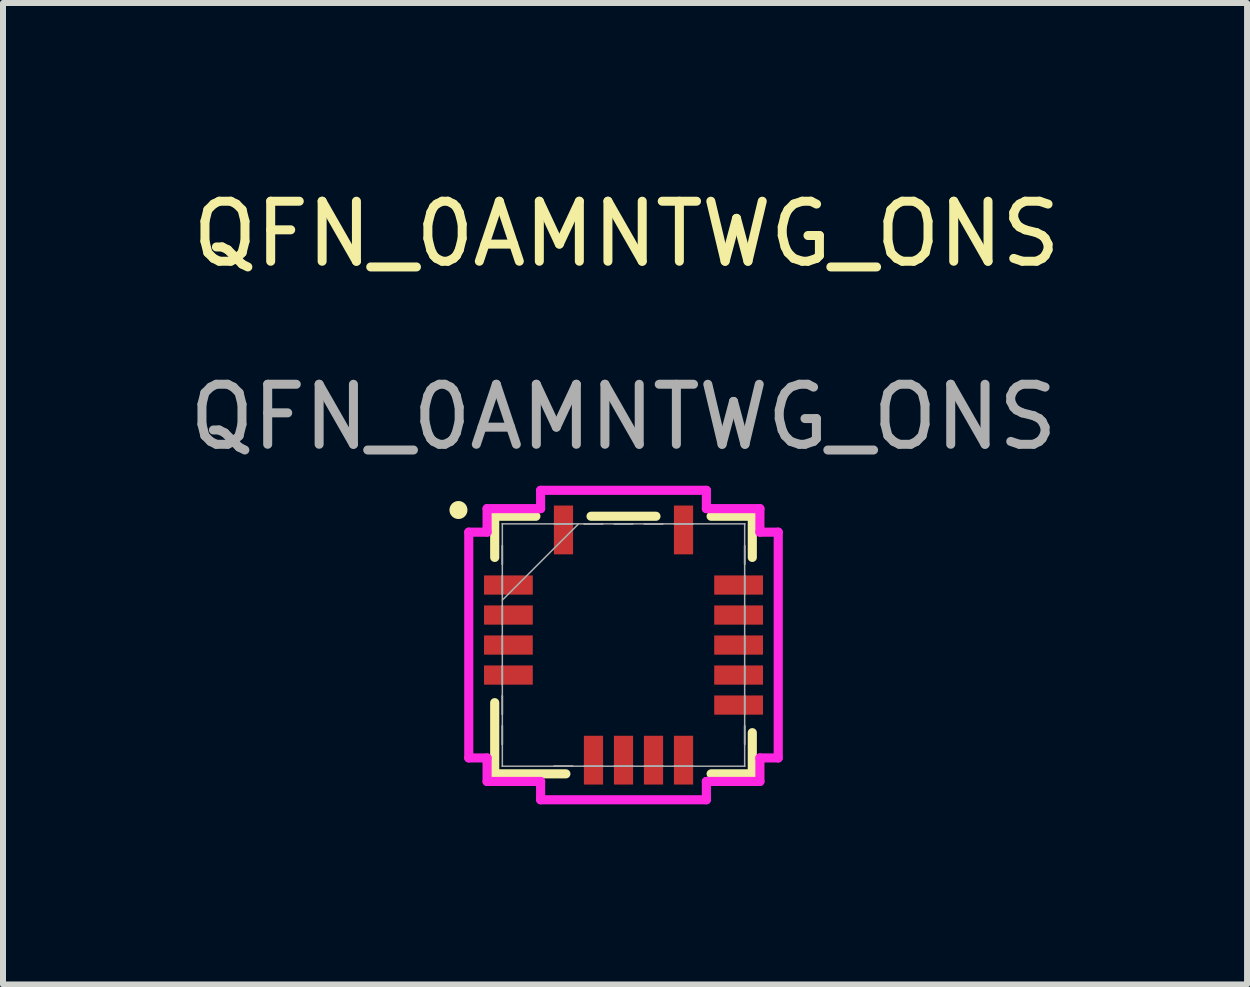
<source format=kicad_pcb>
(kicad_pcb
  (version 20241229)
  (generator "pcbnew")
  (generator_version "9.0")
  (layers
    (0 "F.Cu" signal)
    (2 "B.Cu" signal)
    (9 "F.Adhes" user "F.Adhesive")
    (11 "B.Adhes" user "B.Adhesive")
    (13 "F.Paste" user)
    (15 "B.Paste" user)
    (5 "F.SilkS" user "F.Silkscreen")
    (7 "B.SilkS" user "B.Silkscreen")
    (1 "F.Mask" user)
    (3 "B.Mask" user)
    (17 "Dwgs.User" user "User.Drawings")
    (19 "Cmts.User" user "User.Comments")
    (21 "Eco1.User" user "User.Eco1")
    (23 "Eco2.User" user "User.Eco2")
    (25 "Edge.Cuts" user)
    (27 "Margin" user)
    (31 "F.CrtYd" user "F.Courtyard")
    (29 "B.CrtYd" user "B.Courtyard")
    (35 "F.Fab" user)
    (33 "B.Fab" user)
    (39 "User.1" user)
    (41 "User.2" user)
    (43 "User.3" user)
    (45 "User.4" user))
  (footprint "QFN_0AMNTWG_ONS"
    (layer "F.Cu")
    (at 7.339 7.698)
    (property "Reference" "QFN_0AMNTWG_ONS" (at 0.05 -6.85 0) (unlocked yes) (layer "F.SilkS") (effects (font (size 1 1) (thickness 0.15))))
    (attr smd)
    (fp_line (start -2.146 -2.146) (end -2.146 -1.46) (stroke (width 0.152) (type solid)) (layer "F.SilkS"))
    (fp_line (start -2.146 0.96) (end -2.146 2.146) (stroke (width 0.152) (type solid)) (layer "F.SilkS"))
    (fp_line (start -2.146 2.146) (end -0.96 2.146) (stroke (width 0.152) (type solid)) (layer "F.SilkS"))
    (fp_line (start -1.46 -2.146) (end -2.146 -2.146) (stroke (width 0.152) (type solid)) (layer "F.SilkS"))
    (fp_line (start 0.541 -2.146) (end -0.541 -2.146) (stroke (width 0.152) (type solid)) (layer "F.SilkS"))
    (fp_line (start 1.46 2.146) (end 2.146 2.146) (stroke (width 0.152) (type solid)) (layer "F.SilkS"))
    (fp_line (start 2.146 -2.146) (end 1.46 -2.146) (stroke (width 0.152) (type solid)) (layer "F.SilkS"))
    (fp_line (start 2.146 -1.46) (end 2.146 -2.146) (stroke (width 0.152) (type solid)) (layer "F.SilkS"))
    (fp_line (start 2.146 2.146) (end 2.146 1.46) (stroke (width 0.152) (type solid)) (layer "F.SilkS"))
    (fp_circle (center -2.75 -2.25) (end -2.65 -2.25) (stroke (width 0.1) (type solid)) (fill yes) (layer "F.SilkS"))
    (fp_line (start -2.578 -1.881) (end -2.273 -1.881) (stroke (width 0.152) (type solid)) (layer "F.CrtYd"))
    (fp_line (start -2.578 1.881) (end -2.578 -1.881) (stroke (width 0.152) (type solid)) (layer "F.CrtYd"))
    (fp_line (start -2.273 -2.273) (end -1.381 -2.273) (stroke (width 0.152) (type solid)) (layer "F.CrtYd"))
    (fp_line (start -2.273 -1.881) (end -2.273 -2.273) (stroke (width 0.152) (type solid)) (layer "F.CrtYd"))
    (fp_line (start -2.273 1.881) (end -2.578 1.881) (stroke (width 0.152) (type solid)) (layer "F.CrtYd"))
    (fp_line (start -2.273 2.273) (end -2.273 1.881) (stroke (width 0.152) (type solid)) (layer "F.CrtYd"))
    (fp_line (start -1.381 -2.578) (end 1.381 -2.578) (stroke (width 0.152) (type solid)) (layer "F.CrtYd"))
    (fp_line (start -1.381 -2.273) (end -1.381 -2.578) (stroke (width 0.152) (type solid)) (layer "F.CrtYd"))
    (fp_line (start -1.381 2.273) (end -2.273 2.273) (stroke (width 0.152) (type solid)) (layer "F.CrtYd"))
    (fp_line (start -1.381 2.578) (end -1.381 2.273) (stroke (width 0.152) (type solid)) (layer "F.CrtYd"))
    (fp_line (start 1.381 -2.578) (end 1.381 -2.273) (stroke (width 0.152) (type solid)) (layer "F.CrtYd"))
    (fp_line (start 1.381 -2.273) (end 2.273 -2.273) (stroke (width 0.152) (type solid)) (layer "F.CrtYd"))
    (fp_line (start 1.381 2.273) (end 1.381 2.578) (stroke (width 0.152) (type solid)) (layer "F.CrtYd"))
    (fp_line (start 1.381 2.578) (end -1.381 2.578) (stroke (width 0.152) (type solid)) (layer "F.CrtYd"))
    (fp_line (start 2.273 -2.273) (end 2.273 -1.881) (stroke (width 0.152) (type solid)) (layer "F.CrtYd"))
    (fp_line (start 2.273 -1.881) (end 2.578 -1.881) (stroke (width 0.152) (type solid)) (layer "F.CrtYd"))
    (fp_line (start 2.273 1.881) (end 2.273 2.273) (stroke (width 0.152) (type solid)) (layer "F.CrtYd"))
    (fp_line (start 2.273 2.273) (end 1.381 2.273) (stroke (width 0.152) (type solid)) (layer "F.CrtYd"))
    (fp_line (start 2.578 -1.881) (end 2.578 1.881) (stroke (width 0.152) (type solid)) (layer "F.CrtYd"))
    (fp_line (start 2.578 1.881) (end 2.273 1.881) (stroke (width 0.152) (type solid)) (layer "F.CrtYd"))
    (fp_line (start -2.019 -2.019) (end -2.019 -2.019) (stroke (width 0.025) (type solid)) (layer "F.Fab"))
    (fp_line (start -2.019 -2.019) (end -2.019 2.019) (stroke (width 0.025) (type solid)) (layer "F.Fab"))
    (fp_line (start -2.019 -1.653) (end -2.019 -1.653) (stroke (width 0.025) (type solid)) (layer "F.Fab"))
    (fp_line (start -2.019 -1.653) (end -2.019 -1.348) (stroke (width 0.025) (type solid)) (layer "F.Fab"))
    (fp_line (start -2.019 -1.348) (end -2.019 -1.653) (stroke (width 0.025) (type solid)) (layer "F.Fab"))
    (fp_line (start -2.019 -1.348) (end -2.019 -1.348) (stroke (width 0.025) (type solid)) (layer "F.Fab"))
    (fp_line (start -2.019 -1.153) (end -2.019 -1.153) (stroke (width 0.025) (type solid)) (layer "F.Fab"))
    (fp_line (start -2.019 -1.153) (end -2.019 -0.848) (stroke (width 0.025) (type solid)) (layer "F.Fab"))
    (fp_line (start -2.019 -0.848) (end -2.019 -1.153) (stroke (width 0.025) (type solid)) (layer "F.Fab"))
    (fp_line (start -2.019 -0.848) (end -2.019 -0.848) (stroke (width 0.025) (type solid)) (layer "F.Fab"))
    (fp_line (start -2.019 -0.749) (end -0.749 -2.019) (stroke (width 0.025) (type solid)) (layer "F.Fab"))
    (fp_line (start -2.019 -0.653) (end -2.019 -0.653) (stroke (width 0.025) (type solid)) (layer "F.Fab"))
    (fp_line (start -2.019 -0.653) (end -2.019 -0.348) (stroke (width 0.025) (type solid)) (layer "F.Fab"))
    (fp_line (start -2.019 -0.348) (end -2.019 -0.653) (stroke (width 0.025) (type solid)) (layer "F.Fab"))
    (fp_line (start -2.019 -0.348) (end -2.019 -0.348) (stroke (width 0.025) (type solid)) (layer "F.Fab"))
    (fp_line (start -2.019 -0.152) (end -2.019 -0.152) (stroke (width 0.025) (type solid)) (layer "F.Fab"))
    (fp_line (start -2.019 -0.152) (end -2.019 0.152) (stroke (width 0.025) (type solid)) (layer "F.Fab"))
    (fp_line (start -2.019 0.152) (end -2.019 -0.152) (stroke (width 0.025) (type solid)) (layer "F.Fab"))
    (fp_line (start -2.019 0.152) (end -2.019 0.152) (stroke (width 0.025) (type solid)) (layer "F.Fab"))
    (fp_line (start -2.019 0.348) (end -2.019 0.348) (stroke (width 0.025) (type solid)) (layer "F.Fab"))
    (fp_line (start -2.019 0.348) (end -2.019 0.653) (stroke (width 0.025) (type solid)) (layer "F.Fab"))
    (fp_line (start -2.019 0.653) (end -2.019 0.348) (stroke (width 0.025) (type solid)) (layer "F.Fab"))
    (fp_line (start -2.019 0.653) (end -2.019 0.653) (stroke (width 0.025) (type solid)) (layer "F.Fab"))
    (fp_line (start -2.019 0.848) (end -2.019 0.848) (stroke (width 0.025) (type solid)) (layer "F.Fab"))
    (fp_line (start -2.019 0.848) (end -2.019 1.153) (stroke (width 0.025) (type solid)) (layer "F.Fab"))
    (fp_line (start -2.019 1.153) (end -2.019 0.848) (stroke (width 0.025) (type solid)) (layer "F.Fab"))
    (fp_line (start -2.019 1.153) (end -2.019 1.153) (stroke (width 0.025) (type solid)) (layer "F.Fab"))
    (fp_line (start -2.019 1.348) (end -2.019 1.348) (stroke (width 0.025) (type solid)) (layer "F.Fab"))
    (fp_line (start -2.019 1.348) (end -2.019 1.653) (stroke (width 0.025) (type solid)) (layer "F.Fab"))
    (fp_line (start -2.019 1.653) (end -2.019 1.348) (stroke (width 0.025) (type solid)) (layer "F.Fab"))
    (fp_line (start -2.019 1.653) (end -2.019 1.653) (stroke (width 0.025) (type solid)) (layer "F.Fab"))
    (fp_line (start -2.019 2.019) (end -2.019 2.019) (stroke (width 0.025) (type solid)) (layer "F.Fab"))
    (fp_line (start -2.019 2.019) (end 2.019 2.019) (stroke (width 0.025) (type solid)) (layer "F.Fab"))
    (fp_line (start -1.153 -2.019) (end -1.153 -2.019) (stroke (width 0.025) (type solid)) (layer "F.Fab"))
    (fp_line (start -1.153 -2.019) (end -0.848 -2.019) (stroke (width 0.025) (type solid)) (layer "F.Fab"))
    (fp_line (start -1.153 2.019) (end -1.153 2.019) (stroke (width 0.025) (type solid)) (layer "F.Fab"))
    (fp_line (start -1.153 2.019) (end -0.848 2.019) (stroke (width 0.025) (type solid)) (layer "F.Fab"))
    (fp_line (start -0.848 -2.019) (end -1.153 -2.019) (stroke (width 0.025) (type solid)) (layer "F.Fab"))
    (fp_line (start -0.848 -2.019) (end -0.848 -2.019) (stroke (width 0.025) (type solid)) (layer "F.Fab"))
    (fp_line (start -0.848 2.019) (end -1.153 2.019) (stroke (width 0.025) (type solid)) (layer "F.Fab"))
    (fp_line (start -0.848 2.019) (end -0.848 2.019) (stroke (width 0.025) (type solid)) (layer "F.Fab"))
    (fp_line (start -0.653 -2.019) (end -0.653 -2.019) (stroke (width 0.025) (type solid)) (layer "F.Fab"))
    (fp_line (start -0.653 -2.019) (end -0.348 -2.019) (stroke (width 0.025) (type solid)) (layer "F.Fab"))
    (fp_line (start -0.653 2.019) (end -0.653 2.019) (stroke (width 0.025) (type solid)) (layer "F.Fab"))
    (fp_line (start -0.653 2.019) (end -0.348 2.019) (stroke (width 0.025) (type solid)) (layer "F.Fab"))
    (fp_line (start -0.348 -2.019) (end -0.653 -2.019) (stroke (width 0.025) (type solid)) (layer "F.Fab"))
    (fp_line (start -0.348 -2.019) (end -0.348 -2.019) (stroke (width 0.025) (type solid)) (layer "F.Fab"))
    (fp_line (start -0.348 2.019) (end -0.653 2.019) (stroke (width 0.025) (type solid)) (layer "F.Fab"))
    (fp_line (start -0.348 2.019) (end -0.348 2.019) (stroke (width 0.025) (type solid)) (layer "F.Fab"))
    (fp_line (start -0.152 -2.019) (end -0.152 -2.019) (stroke (width 0.025) (type solid)) (layer "F.Fab"))
    (fp_line (start -0.152 -2.019) (end 0.152 -2.019) (stroke (width 0.025) (type solid)) (layer "F.Fab"))
    (fp_line (start -0.152 2.019) (end -0.152 2.019) (stroke (width 0.025) (type solid)) (layer "F.Fab"))
    (fp_line (start -0.152 2.019) (end 0.152 2.019) (stroke (width 0.025) (type solid)) (layer "F.Fab"))
    (fp_line (start 0.152 -2.019) (end -0.152 -2.019) (stroke (width 0.025) (type solid)) (layer "F.Fab"))
    (fp_line (start 0.152 -2.019) (end 0.152 -2.019) (stroke (width 0.025) (type solid)) (layer "F.Fab"))
    (fp_line (start 0.152 2.019) (end -0.152 2.019) (stroke (width 0.025) (type solid)) (layer "F.Fab"))
    (fp_line (start 0.152 2.019) (end 0.152 2.019) (stroke (width 0.025) (type solid)) (layer "F.Fab"))
    (fp_line (start 0.348 -2.019) (end 0.348 -2.019) (stroke (width 0.025) (type solid)) (layer "F.Fab"))
    (fp_line (start 0.348 -2.019) (end 0.653 -2.019) (stroke (width 0.025) (type solid)) (layer "F.Fab"))
    (fp_line (start 0.348 2.019) (end 0.348 2.019) (stroke (width 0.025) (type solid)) (layer "F.Fab"))
    (fp_line (start 0.348 2.019) (end 0.653 2.019) (stroke (width 0.025) (type solid)) (layer "F.Fab"))
    (fp_line (start 0.653 -2.019) (end 0.348 -2.019) (stroke (width 0.025) (type solid)) (layer "F.Fab"))
    (fp_line (start 0.653 -2.019) (end 0.653 -2.019) (stroke (width 0.025) (type solid)) (layer "F.Fab"))
    (fp_line (start 0.653 2.019) (end 0.348 2.019) (stroke (width 0.025) (type solid)) (layer "F.Fab"))
    (fp_line (start 0.653 2.019) (end 0.653 2.019) (stroke (width 0.025) (type solid)) (layer "F.Fab"))
    (fp_line (start 0.848 -2.019) (end 0.848 -2.019) (stroke (width 0.025) (type solid)) (layer "F.Fab"))
    (fp_line (start 0.848 -2.019) (end 1.153 -2.019) (stroke (width 0.025) (type solid)) (layer "F.Fab"))
    (fp_line (start 0.848 2.019) (end 0.848 2.019) (stroke (width 0.025) (type solid)) (layer "F.Fab"))
    (fp_line (start 0.848 2.019) (end 1.153 2.019) (stroke (width 0.025) (type solid)) (layer "F.Fab"))
    (fp_line (start 1.153 -2.019) (end 0.848 -2.019) (stroke (width 0.025) (type solid)) (layer "F.Fab"))
    (fp_line (start 1.153 -2.019) (end 1.153 -2.019) (stroke (width 0.025) (type solid)) (layer "F.Fab"))
    (fp_line (start 1.153 2.019) (end 0.848 2.019) (stroke (width 0.025) (type solid)) (layer "F.Fab"))
    (fp_line (start 1.153 2.019) (end 1.153 2.019) (stroke (width 0.025) (type solid)) (layer "F.Fab"))
    (fp_line (start 2.019 -2.019) (end -2.019 -2.019) (stroke (width 0.025) (type solid)) (layer "F.Fab"))
    (fp_line (start 2.019 -2.019) (end 2.019 -2.019) (stroke (width 0.025) (type solid)) (layer "F.Fab"))
    (fp_line (start 2.019 -1.653) (end 2.019 -1.653) (stroke (width 0.025) (type solid)) (layer "F.Fab"))
    (fp_line (start 2.019 -1.653) (end 2.019 -1.348) (stroke (width 0.025) (type solid)) (layer "F.Fab"))
    (fp_line (start 2.019 -1.348) (end 2.019 -1.653) (stroke (width 0.025) (type solid)) (layer "F.Fab"))
    (fp_line (start 2.019 -1.348) (end 2.019 -1.348) (stroke (width 0.025) (type solid)) (layer "F.Fab"))
    (fp_line (start 2.019 -1.153) (end 2.019 -1.153) (stroke (width 0.025) (type solid)) (layer "F.Fab"))
    (fp_line (start 2.019 -1.153) (end 2.019 -0.848) (stroke (width 0.025) (type solid)) (layer "F.Fab"))
    (fp_line (start 2.019 -0.848) (end 2.019 -1.153) (stroke (width 0.025) (type solid)) (layer "F.Fab"))
    (fp_line (start 2.019 -0.848) (end 2.019 -0.848) (stroke (width 0.025) (type solid)) (layer "F.Fab"))
    (fp_line (start 2.019 -0.653) (end 2.019 -0.653) (stroke (width 0.025) (type solid)) (layer "F.Fab"))
    (fp_line (start 2.019 -0.653) (end 2.019 -0.348) (stroke (width 0.025) (type solid)) (layer "F.Fab"))
    (fp_line (start 2.019 -0.348) (end 2.019 -0.653) (stroke (width 0.025) (type solid)) (layer "F.Fab"))
    (fp_line (start 2.019 -0.348) (end 2.019 -0.348) (stroke (width 0.025) (type solid)) (layer "F.Fab"))
    (fp_line (start 2.019 -0.152) (end 2.019 -0.152) (stroke (width 0.025) (type solid)) (layer "F.Fab"))
    (fp_line (start 2.019 -0.152) (end 2.019 0.152) (stroke (width 0.025) (type solid)) (layer "F.Fab"))
    (fp_line (start 2.019 0.152) (end 2.019 -0.152) (stroke (width 0.025) (type solid)) (layer "F.Fab"))
    (fp_line (start 2.019 0.152) (end 2.019 0.152) (stroke (width 0.025) (type solid)) (layer "F.Fab"))
    (fp_line (start 2.019 0.348) (end 2.019 0.348) (stroke (width 0.025) (type solid)) (layer "F.Fab"))
    (fp_line (start 2.019 0.348) (end 2.019 0.653) (stroke (width 0.025) (type solid)) (layer "F.Fab"))
    (fp_line (start 2.019 0.653) (end 2.019 0.348) (stroke (width 0.025) (type solid)) (layer "F.Fab"))
    (fp_line (start 2.019 0.653) (end 2.019 0.653) (stroke (width 0.025) (type solid)) (layer "F.Fab"))
    (fp_line (start 2.019 0.848) (end 2.019 0.848) (stroke (width 0.025) (type solid)) (layer "F.Fab"))
    (fp_line (start 2.019 0.848) (end 2.019 1.153) (stroke (width 0.025) (type solid)) (layer "F.Fab"))
    (fp_line (start 2.019 1.153) (end 2.019 0.848) (stroke (width 0.025) (type solid)) (layer "F.Fab"))
    (fp_line (start 2.019 1.153) (end 2.019 1.153) (stroke (width 0.025) (type solid)) (layer "F.Fab"))
    (fp_line (start 2.019 1.348) (end 2.019 1.348) (stroke (width 0.025) (type solid)) (layer "F.Fab"))
    (fp_line (start 2.019 1.348) (end 2.019 1.653) (stroke (width 0.025) (type solid)) (layer "F.Fab"))
    (fp_line (start 2.019 1.653) (end 2.019 1.348) (stroke (width 0.025) (type solid)) (layer "F.Fab"))
    (fp_line (start 2.019 1.653) (end 2.019 1.653) (stroke (width 0.025) (type solid)) (layer "F.Fab"))
    (fp_line (start 2.019 2.019) (end 2.019 -2.019) (stroke (width 0.025) (type solid)) (layer "F.Fab"))
    (fp_line (start 2.019 2.019) (end 2.019 2.019) (stroke (width 0.025) (type solid)) (layer "F.Fab"))
    (fp_text user "${REFERENCE}" (at 0 -3.8 0) (unlocked yes) (layer "F.Fab") (effects (font (size 1 1) (thickness 0.15))))
    (pad "1" smd rect (at -1.918 -1 90) (size 0.32 0.813) (layers "F.Cu" "F.Mask" "F.Paste"))
    (pad "2" smd rect (at -1.918 -0.5 90) (size 0.32 0.813) (layers "F.Cu" "F.Mask" "F.Paste"))
    (pad "3" smd rect (at -1.918 0 90) (size 0.32 0.813) (layers "F.Cu" "F.Mask" "F.Paste"))
    (pad "4" smd rect (at -1.918 0.5 90) (size 0.32 0.813) (layers "F.Cu" "F.Mask" "F.Paste"))
    (pad "5" smd rect (at -0.5 1.918) (size 0.32 0.813) (layers "F.Cu" "F.Mask" "F.Paste"))
    (pad "6" smd rect (at 0 1.918) (size 0.32 0.813) (layers "F.Cu" "F.Mask" "F.Paste"))
    (pad "7" smd rect (at 0.5 1.918) (size 0.32 0.813) (layers "F.Cu" "F.Mask" "F.Paste"))
    (pad "8" smd rect (at 1 1.918) (size 0.32 0.813) (layers "F.Cu" "F.Mask" "F.Paste"))
    (pad "9" smd rect (at 1.918 1 90) (size 0.32 0.813) (layers "F.Cu" "F.Mask" "F.Paste"))
    (pad "10" smd rect (at 1.918 0.5 90) (size 0.32 0.813) (layers "F.Cu" "F.Mask" "F.Paste"))
    (pad "11" smd rect (at 1.918 0 90) (size 0.32 0.813) (layers "F.Cu" "F.Mask" "F.Paste"))
    (pad "12" smd rect (at 1.918 -0.5 90) (size 0.32 0.813) (layers "F.Cu" "F.Mask" "F.Paste"))
    (pad "13" smd rect (at 1.918 -1 90) (size 0.32 0.813) (layers "F.Cu" "F.Mask" "F.Paste"))
    (pad "14" smd rect (at 1 -1.918) (size 0.32 0.813) (layers "F.Cu" "F.Mask" "F.Paste"))
    (pad "15" smd rect (at -1 -1.918) (size 0.32 0.813) (layers "F.Cu" "F.Mask" "F.Paste")))
  (gr_rect
    (start -3 -3)
    (end 17.729 13.353)
    (stroke (width 0.1) (type default))
    (fill no)
    (layer "Edge.Cuts")))
</source>
